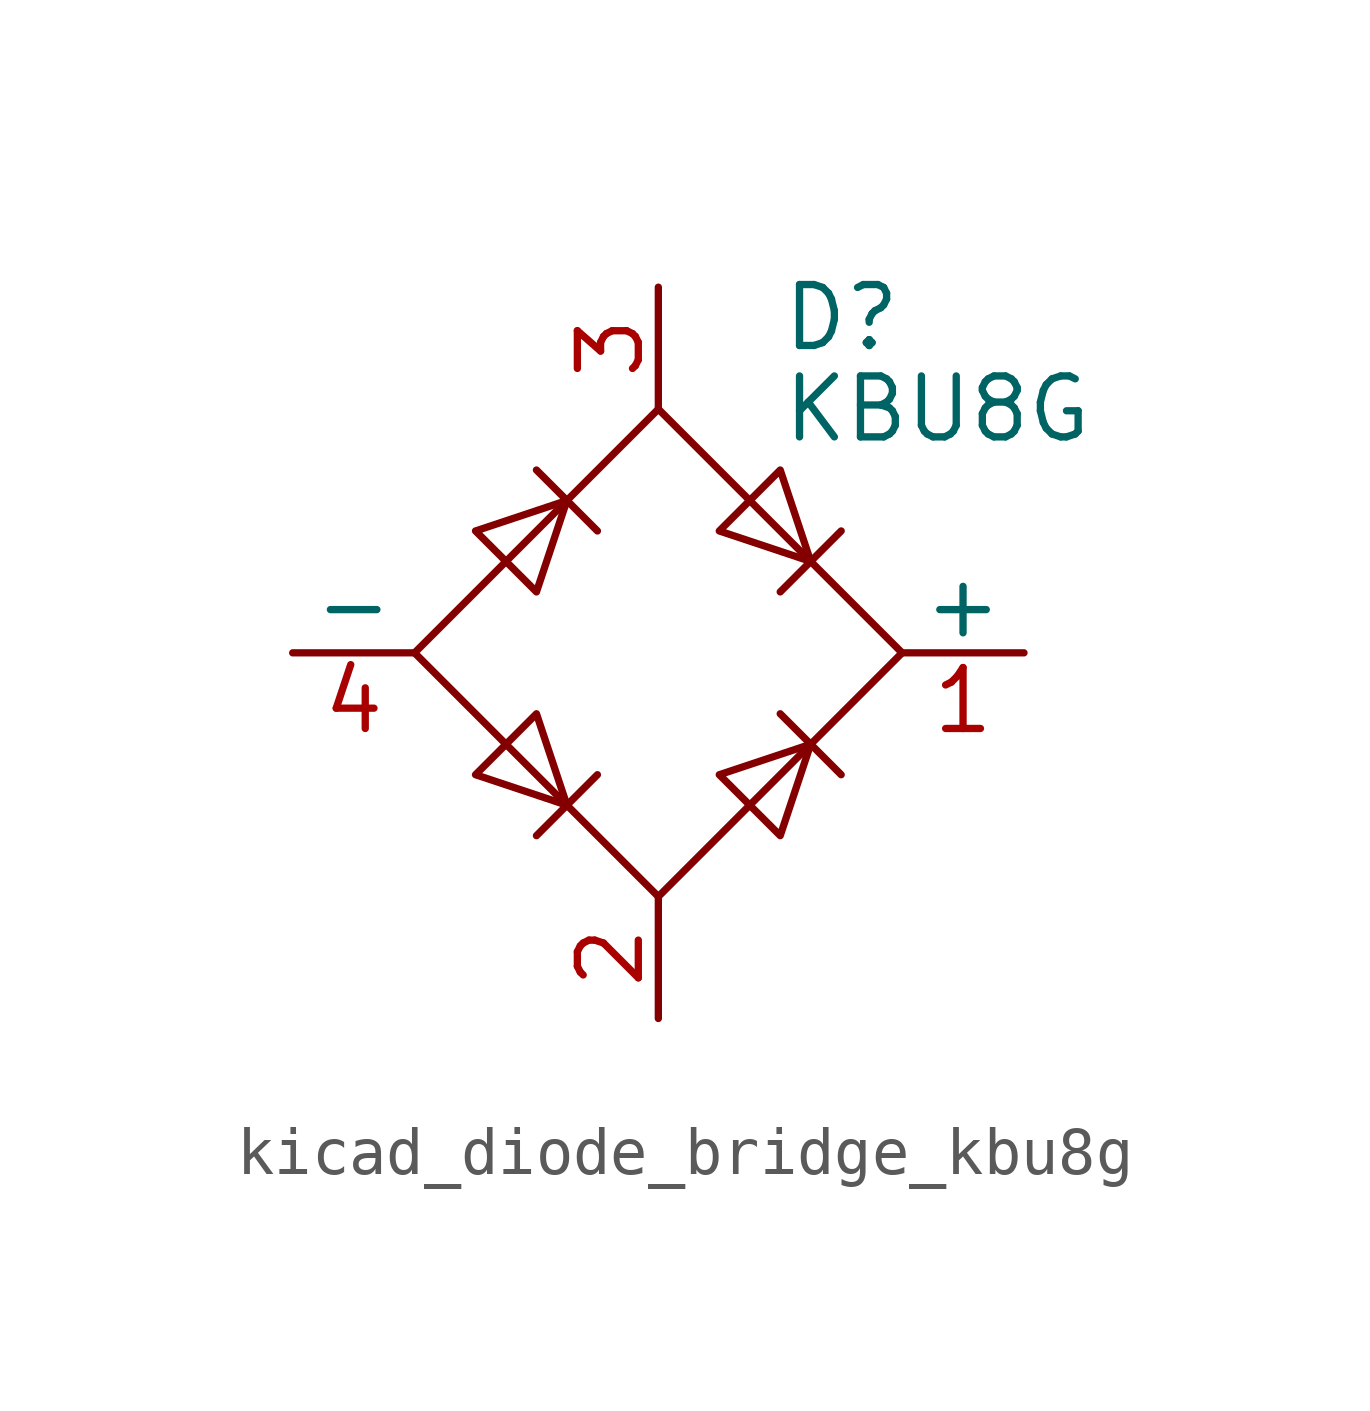
<source format=kicad_sym>
(kicad_symbol_lib
  (version 20220914)
  (generator kicad_symbol_editor)
  (symbol "kicad_diode_bridge_kbu8g"
    (pin_names
      (offset 0))
    (property "Reference" "D"
      (at 2.54 6.985 0)
      (effects (font (size 1.27 1.27)) (justify left)))
    (property "Value" "KBU8G"
      (at 2.54 5.08 0)
      (effects (font (size 1.27 1.27)) (justify left)))
    (symbol "kicad_diode_bridge_kbu8g_0_1"
      (polyline (pts (xy -2.54 3.81) (xy -1.27 2.54)) (stroke (width 0) (type default)) (fill (type none)))
      (polyline (pts (xy -1.27 -2.54) (xy -2.54 -3.81)) (stroke (width 0) (type default)) (fill (type none)))
      (polyline (pts (xy 2.54 -1.27) (xy 3.81 -2.54)) (stroke (width 0) (type default)) (fill (type none)))
      (polyline (pts (xy 2.54 1.27) (xy 3.81 2.54)) (stroke (width 0) (type default)) (fill (type none)))
      (polyline (pts (xy -3.81 2.54) (xy -2.54 1.27) (xy -1.905 3.175) (xy -3.81 2.54)) (stroke (width 0) (type default)) (fill (type none)))
      (polyline (pts (xy -2.54 -1.27) (xy -3.81 -2.54) (xy -1.905 -3.175) (xy -2.54 -1.27)) (stroke (width 0) (type default)) (fill (type none)))
      (polyline (pts (xy 1.27 2.54) (xy 2.54 3.81) (xy 3.175 1.905) (xy 1.27 2.54)) (stroke (width 0) (type default)) (fill (type none)))
      (polyline (pts (xy 3.175 -1.905) (xy 1.27 -2.54) (xy 2.54 -3.81) (xy 3.175 -1.905)) (stroke (width 0) (type default)) (fill (type none)))
      (polyline (pts (xy -5.08 0) (xy 0 -5.08) (xy 5.08 0) (xy 0 5.08) (xy -5.08 0)) (stroke (width 0) (type default)) (fill (type none))))
    (symbol "kicad_diode_bridge_kbu8g_1_1"
      (pin passive line (at 7.62 0 180) (length 2.54) (name "+" (effects (font (size 1.27 1.27)))) (number "1" (effects (font (size 1.27 1.27)))))
      (pin passive line (at 0 -7.62 90) (length 2.54) (name "~" (effects (font (size 1.27 1.27)))) (number "2" (effects (font (size 1.27 1.27)))))
      (pin passive line (at 0 7.62 270) (length 2.54) (name "~" (effects (font (size 1.27 1.27)))) (number "3" (effects (font (size 1.27 1.27)))))
      (pin passive line (at -7.62 0 0) (length 2.54) (name "-" (effects (font (size 1.27 1.27)))) (number "4" (effects (font (size 1.27 1.27))))))))
</source>
